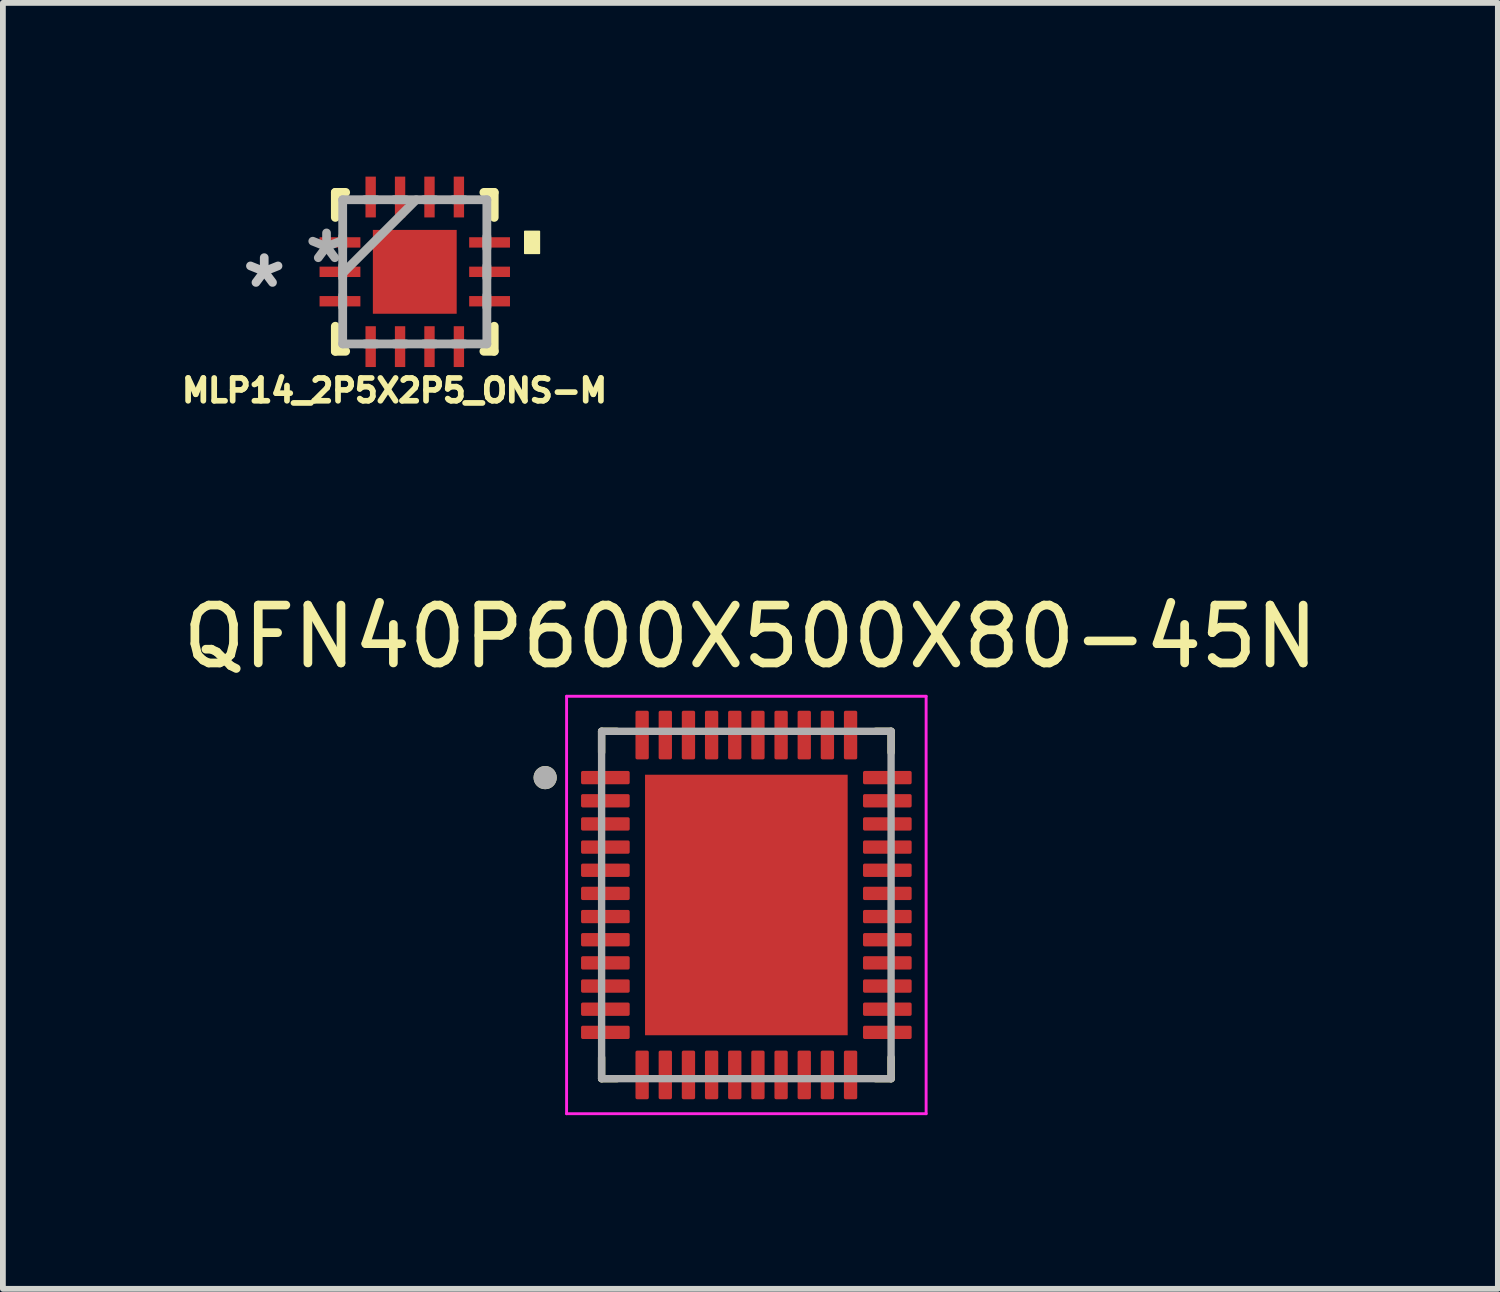
<source format=kicad_pcb>
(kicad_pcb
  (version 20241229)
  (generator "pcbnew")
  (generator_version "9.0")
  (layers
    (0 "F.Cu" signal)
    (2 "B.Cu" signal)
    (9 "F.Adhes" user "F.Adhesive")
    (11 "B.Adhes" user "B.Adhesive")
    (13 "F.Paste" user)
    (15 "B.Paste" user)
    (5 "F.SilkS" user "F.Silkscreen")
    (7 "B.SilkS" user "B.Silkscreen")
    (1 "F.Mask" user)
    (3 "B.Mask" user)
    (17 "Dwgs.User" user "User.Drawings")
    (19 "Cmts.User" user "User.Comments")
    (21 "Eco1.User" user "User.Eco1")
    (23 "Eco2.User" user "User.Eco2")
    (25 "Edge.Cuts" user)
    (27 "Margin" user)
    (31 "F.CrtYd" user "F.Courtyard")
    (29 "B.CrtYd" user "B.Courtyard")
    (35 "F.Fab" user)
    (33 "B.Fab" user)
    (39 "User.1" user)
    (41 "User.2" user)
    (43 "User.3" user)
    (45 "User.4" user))
  (footprint "QFN40P600X500X80-45N"
    (layer "F.Cu")
    (at 9.841 12.581)
    (property "Reference" "QFN40P600X500X80-45N" (at 0.07 -4.635 0) (layer "F.SilkS") (effects (font (size 1 1) (thickness 0.15))))
    (attr smd)
    (fp_line (start -2.5 -3) (end -2.5 -2.635) (stroke (width 0.127) (type solid)) (layer "F.SilkS"))
    (fp_line (start -2.5 -3) (end -2.235 -3) (stroke (width 0.127) (type solid)) (layer "F.SilkS"))
    (fp_line (start -2.5 3) (end -2.5 2.635) (stroke (width 0.127) (type solid)) (layer "F.SilkS"))
    (fp_line (start -2.5 3) (end -2.235 3) (stroke (width 0.127) (type solid)) (layer "F.SilkS"))
    (fp_line (start 2.5 -3) (end 2.235 -3) (stroke (width 0.127) (type solid)) (layer "F.SilkS"))
    (fp_line (start 2.5 -3) (end 2.5 -2.635) (stroke (width 0.127) (type solid)) (layer "F.SilkS"))
    (fp_line (start 2.5 3) (end 2.235 3) (stroke (width 0.127) (type solid)) (layer "F.SilkS"))
    (fp_line (start 2.5 3) (end 2.5 2.635) (stroke (width 0.127) (type solid)) (layer "F.SilkS"))
    (fp_circle (center -3.475 -2.2) (end -3.375 -2.2) (stroke (width 0.2) (type solid)) (fill no) (layer "F.SilkS"))
    (fp_poly (pts (xy -1.27 -1.77) (xy -0.24 -1.77) (xy -0.24 -0.24) (xy -1.27 -0.24)) (stroke (width 0.01) (type solid)) (fill yes) (layer "F.Paste"))
    (fp_poly (pts (xy -1.27 0.24) (xy -0.24 0.24) (xy -0.24 1.77) (xy -1.27 1.77)) (stroke (width 0.01) (type solid)) (fill yes) (layer "F.Paste"))
    (fp_poly (pts (xy 0.24 -1.77) (xy 1.27 -1.77) (xy 1.27 -0.24) (xy 0.24 -0.24)) (stroke (width 0.01) (type solid)) (fill yes) (layer "F.Paste"))
    (fp_poly (pts (xy 0.24 0.24) (xy 1.27 0.24) (xy 1.27 1.77) (xy 0.24 1.77)) (stroke (width 0.01) (type solid)) (fill yes) (layer "F.Paste"))
    (fp_line (start -3.105 -3.605) (end 3.105 -3.605) (stroke (width 0.05) (type solid)) (layer "F.CrtYd"))
    (fp_line (start -3.105 3.605) (end -3.105 -3.605) (stroke (width 0.05) (type solid)) (layer "F.CrtYd"))
    (fp_line (start -3.105 3.605) (end 3.105 3.605) (stroke (width 0.05) (type solid)) (layer "F.CrtYd"))
    (fp_line (start 3.105 3.605) (end 3.105 -3.605) (stroke (width 0.05) (type solid)) (layer "F.CrtYd"))
    (fp_line (start -2.5 3) (end -2.5 -3) (stroke (width 0.127) (type solid)) (layer "F.Fab"))
    (fp_line (start 2.5 -3) (end -2.5 -3) (stroke (width 0.127) (type solid)) (layer "F.Fab"))
    (fp_line (start 2.5 3) (end -2.5 3) (stroke (width 0.127) (type solid)) (layer "F.Fab"))
    (fp_line (start 2.5 3) (end 2.5 -3) (stroke (width 0.127) (type solid)) (layer "F.Fab"))
    (fp_circle (center -3.475 -2.2) (end -3.375 -2.2) (stroke (width 0.2) (type solid)) (fill no) (layer "F.Fab"))
    (pad "1" smd roundrect (at -2.435 -2.2) (size 0.84 0.23) (layers "F.Cu" "F.Mask" "F.Paste") (roundrect_rratio 0.125))
    (pad "2" smd roundrect (at -2.435 -1.8) (size 0.84 0.23) (layers "F.Cu" "F.Mask" "F.Paste") (roundrect_rratio 0.125))
    (pad "3" smd roundrect (at -2.435 -1.4) (size 0.84 0.23) (layers "F.Cu" "F.Mask" "F.Paste") (roundrect_rratio 0.125))
    (pad "4" smd roundrect (at -2.435 -1) (size 0.84 0.23) (layers "F.Cu" "F.Mask" "F.Paste") (roundrect_rratio 0.125))
    (pad "5" smd roundrect (at -2.435 -0.6) (size 0.84 0.23) (layers "F.Cu" "F.Mask" "F.Paste") (roundrect_rratio 0.125))
    (pad "6" smd roundrect (at -2.435 -0.2) (size 0.84 0.23) (layers "F.Cu" "F.Mask" "F.Paste") (roundrect_rratio 0.125))
    (pad "7" smd roundrect (at -2.435 0.2) (size 0.84 0.23) (layers "F.Cu" "F.Mask" "F.Paste") (roundrect_rratio 0.125))
    (pad "8" smd roundrect (at -2.435 0.6) (size 0.84 0.23) (layers "F.Cu" "F.Mask" "F.Paste") (roundrect_rratio 0.125))
    (pad "9" smd roundrect (at -2.435 1) (size 0.84 0.23) (layers "F.Cu" "F.Mask" "F.Paste") (roundrect_rratio 0.125))
    (pad "10" smd roundrect (at -2.435 1.4) (size 0.84 0.23) (layers "F.Cu" "F.Mask" "F.Paste") (roundrect_rratio 0.125))
    (pad "11" smd roundrect (at -2.435 1.8) (size 0.84 0.23) (layers "F.Cu" "F.Mask" "F.Paste") (roundrect_rratio 0.125))
    (pad "12" smd roundrect (at -2.435 2.2) (size 0.84 0.23) (layers "F.Cu" "F.Mask" "F.Paste") (roundrect_rratio 0.125))
    (pad "13" smd roundrect (at -1.8 2.935) (size 0.23 0.84) (layers "F.Cu" "F.Mask" "F.Paste") (roundrect_rratio 0.125))
    (pad "14" smd roundrect (at -1.4 2.935) (size 0.23 0.84) (layers "F.Cu" "F.Mask" "F.Paste") (roundrect_rratio 0.125))
    (pad "15" smd roundrect (at -1 2.935) (size 0.23 0.84) (layers "F.Cu" "F.Mask" "F.Paste") (roundrect_rratio 0.125))
    (pad "16" smd roundrect (at -0.6 2.935) (size 0.23 0.84) (layers "F.Cu" "F.Mask" "F.Paste") (roundrect_rratio 0.125))
    (pad "17" smd roundrect (at -0.2 2.935) (size 0.23 0.84) (layers "F.Cu" "F.Mask" "F.Paste") (roundrect_rratio 0.125))
    (pad "18" smd roundrect (at 0.2 2.935) (size 0.23 0.84) (layers "F.Cu" "F.Mask" "F.Paste") (roundrect_rratio 0.125))
    (pad "19" smd roundrect (at 0.6 2.935) (size 0.23 0.84) (layers "F.Cu" "F.Mask" "F.Paste") (roundrect_rratio 0.125))
    (pad "20" smd roundrect (at 1 2.935) (size 0.23 0.84) (layers "F.Cu" "F.Mask" "F.Paste") (roundrect_rratio 0.125))
    (pad "21" smd roundrect (at 1.4 2.935) (size 0.23 0.84) (layers "F.Cu" "F.Mask" "F.Paste") (roundrect_rratio 0.125))
    (pad "22" smd roundrect (at 1.8 2.935) (size 0.23 0.84) (layers "F.Cu" "F.Mask" "F.Paste") (roundrect_rratio 0.125))
    (pad "23" smd roundrect (at 2.435 2.2) (size 0.84 0.23) (layers "F.Cu" "F.Mask" "F.Paste") (roundrect_rratio 0.125))
    (pad "24" smd roundrect (at 2.435 1.8) (size 0.84 0.23) (layers "F.Cu" "F.Mask" "F.Paste") (roundrect_rratio 0.125))
    (pad "25" smd roundrect (at 2.435 1.4) (size 0.84 0.23) (layers "F.Cu" "F.Mask" "F.Paste") (roundrect_rratio 0.125))
    (pad "26" smd roundrect (at 2.435 1) (size 0.84 0.23) (layers "F.Cu" "F.Mask" "F.Paste") (roundrect_rratio 0.125))
    (pad "27" smd roundrect (at 2.435 0.6) (size 0.84 0.23) (layers "F.Cu" "F.Mask" "F.Paste") (roundrect_rratio 0.125))
    (pad "28" smd roundrect (at 2.435 0.2) (size 0.84 0.23) (layers "F.Cu" "F.Mask" "F.Paste") (roundrect_rratio 0.125))
    (pad "29" smd roundrect (at 2.435 -0.2) (size 0.84 0.23) (layers "F.Cu" "F.Mask" "F.Paste") (roundrect_rratio 0.125))
    (pad "30" smd roundrect (at 2.435 -0.6) (size 0.84 0.23) (layers "F.Cu" "F.Mask" "F.Paste") (roundrect_rratio 0.125))
    (pad "31" smd roundrect (at 2.435 -1) (size 0.84 0.23) (layers "F.Cu" "F.Mask" "F.Paste") (roundrect_rratio 0.125))
    (pad "32" smd roundrect (at 2.435 -1.4) (size 0.84 0.23) (layers "F.Cu" "F.Mask" "F.Paste") (roundrect_rratio 0.125))
    (pad "33" smd roundrect (at 2.435 -1.8) (size 0.84 0.23) (layers "F.Cu" "F.Mask" "F.Paste") (roundrect_rratio 0.125))
    (pad "34" smd roundrect (at 2.435 -2.2) (size 0.84 0.23) (layers "F.Cu" "F.Mask" "F.Paste") (roundrect_rratio 0.125))
    (pad "35" smd roundrect (at 1.8 -2.935) (size 0.23 0.84) (layers "F.Cu" "F.Mask" "F.Paste") (roundrect_rratio 0.125))
    (pad "36" smd roundrect (at 1.4 -2.935) (size 0.23 0.84) (layers "F.Cu" "F.Mask" "F.Paste") (roundrect_rratio 0.125))
    (pad "37" smd roundrect (at 1 -2.935) (size 0.23 0.84) (layers "F.Cu" "F.Mask" "F.Paste") (roundrect_rratio 0.125))
    (pad "38" smd roundrect (at 0.6 -2.935) (size 0.23 0.84) (layers "F.Cu" "F.Mask" "F.Paste") (roundrect_rratio 0.125))
    (pad "39" smd roundrect (at 0.2 -2.935) (size 0.23 0.84) (layers "F.Cu" "F.Mask" "F.Paste") (roundrect_rratio 0.125))
    (pad "40" smd roundrect (at -0.2 -2.935) (size 0.23 0.84) (layers "F.Cu" "F.Mask" "F.Paste") (roundrect_rratio 0.125))
    (pad "41" smd roundrect (at -0.6 -2.935) (size 0.23 0.84) (layers "F.Cu" "F.Mask" "F.Paste") (roundrect_rratio 0.125))
    (pad "42" smd roundrect (at -1 -2.935) (size 0.23 0.84) (layers "F.Cu" "F.Mask" "F.Paste") (roundrect_rratio 0.125))
    (pad "43" smd roundrect (at -1.4 -2.935) (size 0.23 0.84) (layers "F.Cu" "F.Mask" "F.Paste") (roundrect_rratio 0.125))
    (pad "44" smd roundrect (at -1.8 -2.935) (size 0.23 0.84) (layers "F.Cu" "F.Mask" "F.Paste") (roundrect_rratio 0.125))
    (pad "45" smd rect (at 0 0) (size 3.5 4.5) (layers "F.Cu" "F.Mask")))
  (footprint "MLP14_2P5X2P5_ONS-M"
    (layer "F.Cu")
    (at 4.114 1.645)
    (property "Reference" "MLP14_2P5X2P5_ONS-M" (at -0.35 2.05 0) (layer "F.SilkS") (effects (font (size 0.394 0.394) (thickness 0.15))))
    (attr smd)
    (fp_line (start -1.372 -1.372) (end -1.372 -0.94) (stroke (width 0.152) (type solid)) (layer "F.SilkS"))
    (fp_line (start -1.372 0.94) (end -1.372 1.372) (stroke (width 0.152) (type solid)) (layer "F.SilkS"))
    (fp_line (start -1.372 1.372) (end -1.194 1.372) (stroke (width 0.152) (type solid)) (layer "F.SilkS"))
    (fp_line (start -1.194 -1.372) (end -1.372 -1.372) (stroke (width 0.152) (type solid)) (layer "F.SilkS"))
    (fp_line (start 1.194 1.372) (end 1.372 1.372) (stroke (width 0.152) (type solid)) (layer "F.SilkS"))
    (fp_line (start 1.372 -1.372) (end 1.194 -1.372) (stroke (width 0.152) (type solid)) (layer "F.SilkS"))
    (fp_line (start 1.372 -0.94) (end 1.372 -1.372) (stroke (width 0.152) (type solid)) (layer "F.SilkS"))
    (fp_line (start 1.372 1.372) (end 1.372 0.94) (stroke (width 0.152) (type solid)) (layer "F.SilkS"))
    (fp_poly (pts (xy 2.153 -0.699) (xy 2.153 -0.318) (xy 1.899 -0.318) (xy 1.899 -0.699)) (stroke (width 0.025) (type solid)) (fill yes) (layer "F.SilkS"))
    (fp_line (start -1.245 -1.245) (end -1.245 1.245) (stroke (width 0.152) (type solid)) (layer "F.Fab"))
    (fp_line (start -1.245 -0.61) (end -1.245 -0.406) (stroke (width 0.152) (type solid)) (layer "F.Fab"))
    (fp_line (start -1.245 -0.102) (end -1.245 0.102) (stroke (width 0.152) (type solid)) (layer "F.Fab"))
    (fp_line (start -1.245 0.025) (end 0.025 -1.245) (stroke (width 0.152) (type solid)) (layer "F.Fab"))
    (fp_line (start -1.245 0.406) (end -1.245 0.61) (stroke (width 0.152) (type solid)) (layer "F.Fab"))
    (fp_line (start -1.245 1.245) (end 1.245 1.245) (stroke (width 0.152) (type solid)) (layer "F.Fab"))
    (fp_line (start -0.864 1.245) (end -0.66 1.245) (stroke (width 0.152) (type solid)) (layer "F.Fab"))
    (fp_line (start -0.66 -1.245) (end -0.864 -1.245) (stroke (width 0.152) (type solid)) (layer "F.Fab"))
    (fp_line (start -0.356 1.245) (end -0.152 1.245) (stroke (width 0.152) (type solid)) (layer "F.Fab"))
    (fp_line (start -0.152 -1.245) (end -0.356 -1.245) (stroke (width 0.152) (type solid)) (layer "F.Fab"))
    (fp_line (start 0.152 1.245) (end 0.356 1.245) (stroke (width 0.152) (type solid)) (layer "F.Fab"))
    (fp_line (start 0.356 -1.245) (end 0.152 -1.245) (stroke (width 0.152) (type solid)) (layer "F.Fab"))
    (fp_line (start 0.66 1.245) (end 0.864 1.245) (stroke (width 0.152) (type solid)) (layer "F.Fab"))
    (fp_line (start 0.864 -1.245) (end 0.66 -1.245) (stroke (width 0.152) (type solid)) (layer "F.Fab"))
    (fp_line (start 1.245 -1.245) (end -1.245 -1.245) (stroke (width 0.152) (type solid)) (layer "F.Fab"))
    (fp_line (start 1.245 -0.406) (end 1.245 -0.61) (stroke (width 0.152) (type solid)) (layer "F.Fab"))
    (fp_line (start 1.245 0.102) (end 1.245 -0.102) (stroke (width 0.152) (type solid)) (layer "F.Fab"))
    (fp_line (start 1.245 0.61) (end 1.245 0.406) (stroke (width 0.152) (type solid)) (layer "F.Fab"))
    (fp_line (start 1.245 1.245) (end 1.245 -1.245) (stroke (width 0.152) (type solid)) (layer "F.Fab"))
    (fp_text user "*" (at -2.6 0.3 0) (layer "Dwgs.User") (effects (font (size 1 1) (thickness 0.15))))
    (fp_text user "*" (at -1.524 -0.127 0) (layer "F.Fab") (effects (font (size 1 1) (thickness 0.15))))
    (pad "1" smd rect (at -1.292 -0.508) (size 0.705 0.179) (layers "F.Cu" "F.Mask" "F.Paste"))
    (pad "2" smd rect (at -1.292 0) (size 0.705 0.179) (layers "F.Cu" "F.Mask" "F.Paste"))
    (pad "3" smd rect (at -1.292 0.508) (size 0.705 0.179) (layers "F.Cu" "F.Mask" "F.Paste"))
    (pad "4" smd rect (at -0.762 1.292) (size 0.179 0.705) (layers "F.Cu" "F.Mask" "F.Paste"))
    (pad "5" smd rect (at -0.254 1.292) (size 0.179 0.705) (layers "F.Cu" "F.Mask" "F.Paste"))
    (pad "6" smd rect (at 0.254 1.292) (size 0.179 0.705) (layers "F.Cu" "F.Mask" "F.Paste"))
    (pad "7" smd rect (at 0.762 1.292) (size 0.179 0.705) (layers "F.Cu" "F.Mask" "F.Paste"))
    (pad "8" smd rect (at 1.292 0.508) (size 0.705 0.179) (layers "F.Cu" "F.Mask" "F.Paste"))
    (pad "9" smd rect (at 1.292 0) (size 0.705 0.179) (layers "F.Cu" "F.Mask" "F.Paste"))
    (pad "10" smd rect (at 1.292 -0.508) (size 0.705 0.179) (layers "F.Cu" "F.Mask" "F.Paste"))
    (pad "11" smd rect (at 0.762 -1.292) (size 0.179 0.705) (layers "F.Cu" "F.Mask" "F.Paste"))
    (pad "12" smd rect (at 0.254 -1.292) (size 0.179 0.705) (layers "F.Cu" "F.Mask" "F.Paste"))
    (pad "13" smd rect (at -0.254 -1.292) (size 0.179 0.705) (layers "F.Cu" "F.Mask" "F.Paste"))
    (pad "14" smd rect (at -0.762 -1.292) (size 0.179 0.705) (layers "F.Cu" "F.Mask" "F.Paste"))
    (pad "15" smd rect (at 0 0) (size 1.448 1.448) (layers "F.Cu" "F.Mask" "F.Paste")))
  (gr_rect
    (start -3 -3)
    (end 22.821 19.211)
    (stroke (width 0.1) (type default))
    (fill no)
    (layer "Edge.Cuts")))
</source>
